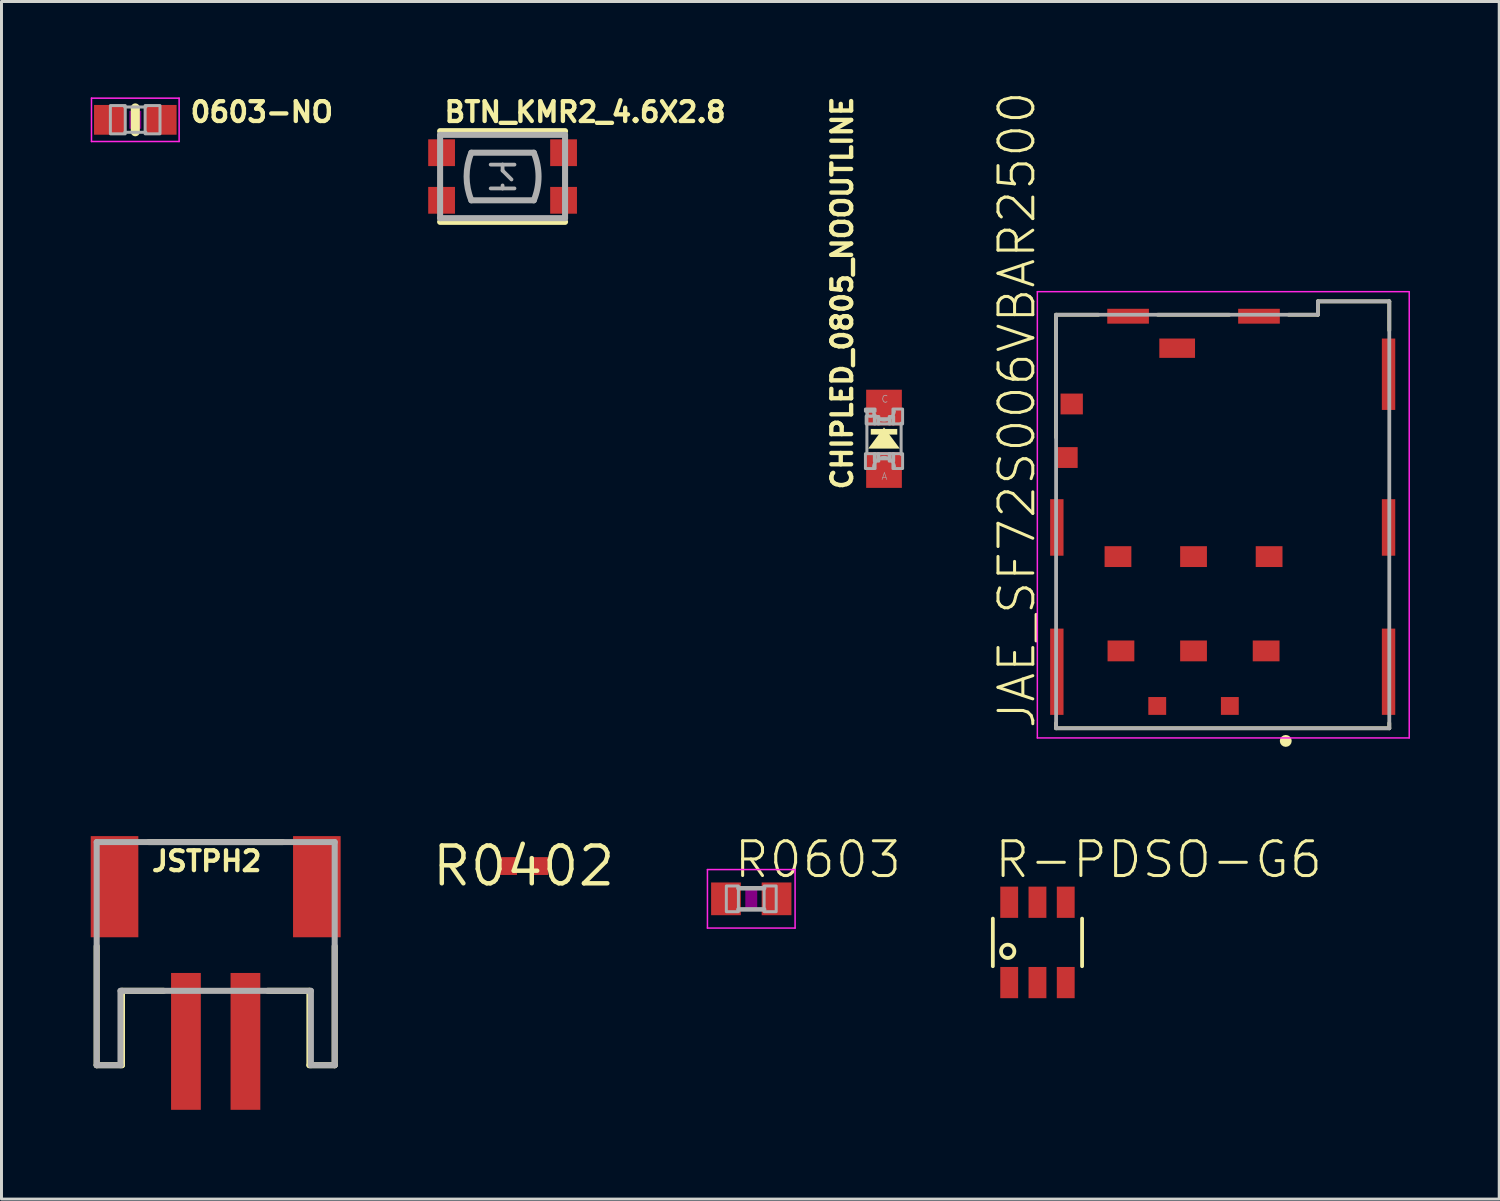
<source format=kicad_pcb>
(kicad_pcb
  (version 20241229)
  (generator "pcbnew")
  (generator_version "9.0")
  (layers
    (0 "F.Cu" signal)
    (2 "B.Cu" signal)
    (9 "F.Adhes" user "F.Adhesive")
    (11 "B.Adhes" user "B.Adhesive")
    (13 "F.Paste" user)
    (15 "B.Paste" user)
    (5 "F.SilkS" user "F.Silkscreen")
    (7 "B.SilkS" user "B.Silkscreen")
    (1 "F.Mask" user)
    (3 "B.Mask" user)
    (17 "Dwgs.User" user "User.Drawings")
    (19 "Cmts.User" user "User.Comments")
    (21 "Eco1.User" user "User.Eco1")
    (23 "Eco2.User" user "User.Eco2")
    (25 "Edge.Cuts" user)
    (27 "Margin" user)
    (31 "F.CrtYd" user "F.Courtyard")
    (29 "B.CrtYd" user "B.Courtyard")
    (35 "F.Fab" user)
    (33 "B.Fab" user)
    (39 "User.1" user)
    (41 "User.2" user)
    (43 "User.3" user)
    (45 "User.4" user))
  (footprint "R0402"
    (layer "F.Cu")
    (at 14.552 26.06)
    (property "Reference" "R0402" (at 0 0 0) (layer "F.SilkS") (effects (font (size 1.27 1.27) (thickness 0.15))))
    (pad "1" smd rect (at -0.525 0) (size 0.6 0.6) (layers "F.Cu" "F.Mask" "F.Paste"))
    (pad "2" smd rect (at 0.525 0) (size 0.6 0.6) (layers "F.Cu" "F.Mask" "F.Paste")))
  (footprint "CHIPLED_0805_NOOUTLINE"
    (layer "F.Cu")
    (at 26.664 11.699)
    (property "Reference" "CHIPLED_0805_NOOUTLINE" (at -1.016 1.778 90) (layer "F.SilkS") (effects (font (size 0.666 0.666) (thickness 0.146)) (justify left bottom)))
    (fp_poly (pts (xy 0.533 0.33) (xy -0.533 0.33) (xy 0 -0.381)) (stroke (width 0) (type solid)) (fill yes) (layer "F.SilkS"))
    (fp_poly (pts (xy -0.445 -0.141) (xy 0.445 -0.141) (xy 0.445 -0.331) (xy -0.445 -0.331)) (stroke (width 0) (type solid)) (fill yes) (layer "F.SilkS"))
    (fp_line (start -0.575 0.5) (end -0.575 -0.925) (stroke (width 0.102) (type solid)) (layer "F.Fab"))
    (fp_line (start 0.575 -0.525) (end 0.575 0.525) (stroke (width 0.102) (type solid)) (layer "F.Fab"))
    (fp_arc (start -0.35 0.925) (mid -0.000001 0.625027) (end 0.35 0.924998) (stroke (width 0.1016) (type solid)) (layer "F.Fab"))
    (fp_arc (start 0.35 -0.924998) (mid -0.000001 -0.625027) (end -0.35 -0.925) (stroke (width 0.1016) (type solid)) (layer "F.Fab"))
    (fp_circle (center -0.45 -0.85) (end -0.347 -0.85) (stroke (width 0.076) (type solid)) (fill no) (layer "F.Fab"))
    (fp_poly (pts (xy -0.625 -0.925) (xy -0.3 -0.925) (xy -0.3 -1) (xy -0.625 -1)) (stroke (width 0.1) (type solid)) (fill no) (layer "F.Fab"))
    (fp_poly (pts (xy -0.625 1) (xy -0.3 1) (xy -0.3 0.5) (xy -0.625 0.5)) (stroke (width 0.1) (type solid)) (fill no) (layer "F.Fab"))
    (fp_poly (pts (xy -0.6 -0.5) (xy -0.3 -0.5) (xy -0.3 -0.762) (xy -0.6 -0.762)) (stroke (width 0.1) (type solid)) (fill no) (layer "F.Fab"))
    (fp_poly (pts (xy -0.325 -0.5) (xy -0.175 -0.5) (xy -0.175 -0.75) (xy -0.325 -0.75)) (stroke (width 0.1) (type solid)) (fill no) (layer "F.Fab"))
    (fp_poly (pts (xy -0.325 0.75) (xy -0.175 0.75) (xy -0.175 0.5) (xy -0.325 0.5)) (stroke (width 0.1) (type solid)) (fill no) (layer "F.Fab"))
    (fp_poly (pts (xy -0.2 -0.5) (xy 0.2 -0.5) (xy 0.2 -0.675) (xy -0.2 -0.675)) (stroke (width 0.1) (type solid)) (fill no) (layer "F.Fab"))
    (fp_poly (pts (xy -0.2 0.675) (xy 0.2 0.675) (xy 0.2 0.5) (xy -0.2 0.5)) (stroke (width 0.1) (type solid)) (fill no) (layer "F.Fab"))
    (fp_poly (pts (xy 0.175 -0.5) (xy 0.325 -0.5) (xy 0.325 -0.75) (xy 0.175 -0.75)) (stroke (width 0.1) (type solid)) (fill no) (layer "F.Fab"))
    (fp_poly (pts (xy 0.175 0.75) (xy 0.325 0.75) (xy 0.325 0.5) (xy 0.175 0.5)) (stroke (width 0.1) (type solid)) (fill no) (layer "F.Fab"))
    (fp_poly (pts (xy 0.3 -0.5) (xy 0.625 -0.5) (xy 0.625 -1) (xy 0.3 -1)) (stroke (width 0.1) (type solid)) (fill no) (layer "F.Fab"))
    (fp_poly (pts (xy 0.3 1) (xy 0.625 1) (xy 0.625 0.5) (xy 0.3 0.5)) (stroke (width 0.1) (type solid)) (fill no) (layer "F.Fab"))
    (fp_text user "A" (at -0.1 1.4 0) (layer "F.Fab") (effects (font (size 0.234 0.234) (thickness 0.02)) (justify left bottom)))
    (fp_text user "C" (at -0.1 -1.2 0) (layer "F.Fab") (effects (font (size 0.234 0.234) (thickness 0.02)) (justify left bottom)))
    (pad "A" smd rect (at 0 1.05) (size 1.2 1.2) (layers "F.Cu" "F.Mask" "F.Paste"))
    (pad "C" smd rect (at 0 -1.05) (size 1.2 1.2) (layers "F.Cu" "F.Mask" "F.Paste")))
  (footprint "JAE_SF72S006VBAR2500"
    (layer "F.Cu")
    (at 37.068 14.254)
    (property "Reference" "JAE_SF72S006VBAR2500" (at -5.255 7.256 90) (layer "F.SilkS") (effects (font (size 1.169 1.169) (thickness 0.102)) (justify left bottom)))
    (fp_line (start -4.62 -6.725) (end -3.2 -6.725) (stroke (width 0.127) (type solid)) (layer "F.SilkS"))
    (fp_line (start -4.62 -2.6) (end -4.62 -6.725) (stroke (width 0.127) (type solid)) (layer "F.SilkS"))
    (fp_line (start -4.62 7) (end -4.62 7.175) (stroke (width 0.127) (type solid)) (layer "F.SilkS"))
    (fp_line (start -4.62 7.175) (end 6.58 7.175) (stroke (width 0.127) (type solid)) (layer "F.SilkS"))
    (fp_line (start -1.2 -6.725) (end 1.2 -6.725) (stroke (width 0.127) (type solid)) (layer "F.SilkS"))
    (fp_line (start 3.2 -6.725) (end 4.18 -6.725) (stroke (width 0.127) (type solid)) (layer "F.SilkS"))
    (fp_line (start 4.18 -7.175) (end 6.58 -7.175) (stroke (width 0.127) (type solid)) (layer "F.SilkS"))
    (fp_line (start 4.18 -6.725) (end 4.18 -7.175) (stroke (width 0.127) (type solid)) (layer "F.SilkS"))
    (fp_line (start 6.58 -7.175) (end 6.58 -6.2) (stroke (width 0.127) (type solid)) (layer "F.SilkS"))
    (fp_line (start 6.58 7.175) (end 6.58 7) (stroke (width 0.127) (type solid)) (layer "F.SilkS"))
    (fp_circle (center 3.1 7.6) (end 3.2 7.6) (stroke (width 0.2) (type solid)) (fill no) (layer "F.SilkS"))
    (fp_line (start -5.25 -7.5) (end 7.25 -7.5) (stroke (width 0.05) (type solid)) (layer "F.CrtYd"))
    (fp_line (start -5.25 7.5) (end -5.25 -7.5) (stroke (width 0.05) (type solid)) (layer "F.CrtYd"))
    (fp_line (start 7.25 -7.5) (end 7.25 7.5) (stroke (width 0.05) (type solid)) (layer "F.CrtYd"))
    (fp_line (start 7.25 7.5) (end -5.25 7.5) (stroke (width 0.05) (type solid)) (layer "F.CrtYd"))
    (fp_line (start -4.62 -6.725) (end -4.62 7.175) (stroke (width 0.127) (type solid)) (layer "F.Fab"))
    (fp_line (start -4.62 7.175) (end 6.58 7.175) (stroke (width 0.127) (type solid)) (layer "F.Fab"))
    (fp_line (start 4.18 -7.175) (end 4.18 -6.725) (stroke (width 0.127) (type solid)) (layer "F.Fab"))
    (fp_line (start 4.18 -6.725) (end -4.62 -6.725) (stroke (width 0.127) (type solid)) (layer "F.Fab"))
    (fp_line (start 6.58 -7.175) (end 4.18 -7.175) (stroke (width 0.127) (type solid)) (layer "F.Fab"))
    (fp_line (start 6.58 7.175) (end 6.58 -7.175) (stroke (width 0.127) (type solid)) (layer "F.Fab"))
    (pad "C1" smd rect (at 2.44 4.575) (size 0.9 0.7) (layers "F.Cu" "F.Mask" "F.Paste"))
    (pad "C2" smd rect (at 0 4.575) (size 0.9 0.7) (layers "F.Cu" "F.Mask" "F.Paste"))
    (pad "C3" smd rect (at -2.44 4.575) (size 0.9 0.7) (layers "F.Cu" "F.Mask" "F.Paste"))
    (pad "C5" smd rect (at 2.54 1.405) (size 0.9 0.7) (layers "F.Cu" "F.Mask" "F.Paste"))
    (pad "C6" smd rect (at 0 1.405) (size 0.9 0.7) (layers "F.Cu" "F.Mask" "F.Paste"))
    (pad "C7" smd rect (at -2.54 1.405) (size 0.9 0.7) (layers "F.Cu" "F.Mask" "F.Paste"))
    (pad "CSW" smd rect (at -4.245 -1.925) (size 0.7 0.7) (layers "F.Cu" "F.Mask" "F.Paste"))
    (pad "DSW" smd rect (at -0.55 -5.6) (size 1.2 0.65) (layers "F.Cu" "F.Mask" "F.Paste"))
    (pad "G1" smd rect (at -4.595 5.275) (size 0.45 2.9) (layers "F.Cu" "F.Mask" "F.Paste"))
    (pad "G2" smd rect (at -4.595 0.425) (size 0.45 1.9) (layers "F.Cu" "F.Mask" "F.Paste"))
    (pad "G3" smd rect (at -4.095 -3.725) (size 0.75 0.7) (layers "F.Cu" "F.Mask" "F.Paste"))
    (pad "G4" smd rect (at -2.2 -6.675) (size 1.4 0.5) (layers "F.Cu" "F.Mask" "F.Paste"))
    (pad "G5" smd rect (at 2.2 -6.675) (size 1.4 0.5) (layers "F.Cu" "F.Mask" "F.Paste"))
    (pad "G6" smd rect (at 6.555 -4.725) (size 0.45 2.4) (layers "F.Cu" "F.Mask" "F.Paste"))
    (pad "G7" smd rect (at 6.555 0.425) (size 0.45 1.9) (layers "F.Cu" "F.Mask" "F.Paste"))
    (pad "G8" smd rect (at 6.555 5.275) (size 0.45 2.9) (layers "F.Cu" "F.Mask" "F.Paste"))
    (pad "G9" smd rect (at 1.22 6.425) (size 0.6 0.6) (layers "F.Cu" "F.Mask" "F.Paste"))
    (pad "G10" smd rect (at -1.22 6.425) (size 0.6 0.6) (layers "F.Cu" "F.Mask" "F.Paste")))
  (footprint "BTN_KMR2_4.6X2.8"
    (layer "F.Cu")
    (at 13.843 2.883)
    (property "Reference" "BTN_KMR2_4.6X2.8" (at -2.032 -1.778 0) (layer "F.SilkS") (effects (font (size 0.666 0.666) (thickness 0.146)) (justify left bottom)))
    (fp_line (start -2.1 -1.525) (end 2.1 -1.525) (stroke (width 0.203) (type solid)) (layer "F.SilkS"))
    (fp_line (start 2.1 1.525) (end -2.1 1.525) (stroke (width 0.203) (type solid)) (layer "F.SilkS"))
    (fp_line (start -2.1 -1.4) (end 2.1 -1.4) (stroke (width 0.203) (type solid)) (layer "F.Fab"))
    (fp_line (start -2.1 1.4) (end -2.1 -1.4) (stroke (width 0.203) (type solid)) (layer "F.Fab"))
    (fp_line (start -1.05 -0.8) (end 1.05 -0.8) (stroke (width 0.203) (type solid)) (layer "F.Fab"))
    (fp_line (start -0.4 -0.4) (end 0 -0.4) (stroke (width 0.127) (type solid)) (layer "F.Fab"))
    (fp_line (start -0.4 0.4) (end 0 0.4) (stroke (width 0.127) (type solid)) (layer "F.Fab"))
    (fp_line (start 0 -0.4) (end 0 -0.2) (stroke (width 0.127) (type solid)) (layer "F.Fab"))
    (fp_line (start 0 -0.4) (end 0.4 -0.4) (stroke (width 0.127) (type solid)) (layer "F.Fab"))
    (fp_line (start 0 -0.2) (end 0.3 0.1) (stroke (width 0.127) (type solid)) (layer "F.Fab"))
    (fp_line (start 0 0.4) (end 0 0.3) (stroke (width 0.127) (type solid)) (layer "F.Fab"))
    (fp_line (start 0 0.4) (end 0.4 0.4) (stroke (width 0.127) (type solid)) (layer "F.Fab"))
    (fp_line (start 1.05 0.8) (end -1.05 0.8) (stroke (width 0.203) (type solid)) (layer "F.Fab"))
    (fp_line (start 2.1 -1.4) (end 2.1 1.4) (stroke (width 0.203) (type solid)) (layer "F.Fab"))
    (fp_line (start 2.1 1.4) (end -2.1 1.4) (stroke (width 0.203) (type solid)) (layer "F.Fab"))
    (fp_arc (start -1.05 0.8) (mid -1.209128 0) (end -1.05 -0.799999) (stroke (width 0.2032) (type solid)) (layer "F.Fab"))
    (fp_arc (start 1.05 -0.8) (mid 1.209128 0) (end 1.05 0.799999) (stroke (width 0.2032) (type solid)) (layer "F.Fab"))
    (pad "A" smd rect (at 2.05 -0.8) (size 0.9 0.9) (layers "F.Cu" "F.Mask" "F.Paste"))
    (pad "A'" smd rect (at -2.05 -0.8) (size 0.9 0.9) (layers "F.Cu" "F.Mask" "F.Paste"))
    (pad "B" smd rect (at 2.05 0.8) (size 0.9 0.9) (layers "F.Cu" "F.Mask" "F.Paste"))
    (pad "B'" smd rect (at -2.05 0.8) (size 0.9 0.9) (layers "F.Cu" "F.Mask" "F.Paste")))
  (footprint "R0603"
    (layer "F.Cu")
    (at 22.202 27.162)
    (property "Reference" "R0603" (at -0.635 -0.635 0) (layer "F.SilkS") (effects (font (size 1.168 1.168) (thickness 0.102)) (justify left bottom)))
    (fp_poly (pts (xy -0.2 0.4) (xy 0.2 0.4) (xy 0.2 -0.4) (xy -0.2 -0.4)) (stroke (width 0) (type solid)) (fill yes) (layer "F.Adhes"))
    (fp_line (start -1.473 -0.983) (end 1.473 -0.983) (stroke (width 0.051) (type solid)) (layer "F.CrtYd"))
    (fp_line (start -1.473 0.983) (end -1.473 -0.983) (stroke (width 0.051) (type solid)) (layer "F.CrtYd"))
    (fp_line (start 1.473 -0.983) (end 1.473 0.983) (stroke (width 0.051) (type solid)) (layer "F.CrtYd"))
    (fp_line (start 1.473 0.983) (end -1.473 0.983) (stroke (width 0.051) (type solid)) (layer "F.CrtYd"))
    (fp_line (start -0.432 0.356) (end 0.432 0.356) (stroke (width 0.152) (type solid)) (layer "F.Fab"))
    (fp_line (start 0.432 -0.356) (end -0.432 -0.356) (stroke (width 0.152) (type solid)) (layer "F.Fab"))
    (fp_poly (pts (xy -0.838 0.432) (xy -0.432 0.432) (xy -0.432 -0.432) (xy -0.838 -0.432)) (stroke (width 0.1) (type solid)) (fill no) (layer "F.Fab"))
    (fp_poly (pts (xy 0.432 0.432) (xy 0.838 0.432) (xy 0.838 -0.432) (xy 0.432 -0.432)) (stroke (width 0.1) (type solid)) (fill no) (layer "F.Fab"))
    (pad "1" smd rect (at -0.85 0) (size 1 1.1) (layers "F.Cu" "F.Mask" "F.Paste"))
    (pad "2" smd rect (at 0.85 0) (size 1 1.1) (layers "F.Cu" "F.Mask" "F.Paste")))
  (footprint "0603-NO"
    (layer "F.Cu")
    (at 1.498 0.978)
    (property "Reference" "0603-NO" (at 1.778 0.127 0) (layer "F.SilkS") (effects (font (size 0.666 0.666) (thickness 0.146)) (justify left bottom)))
    (fp_line (start 0 -0.4) (end 0 0.4) (stroke (width 0.305) (type solid)) (layer "F.SilkS"))
    (fp_poly (pts (xy -0.2 0.3) (xy 0.2 0.3) (xy 0.2 -0.3) (xy -0.2 -0.3)) (stroke (width 0) (type solid)) (fill yes) (layer "F.Adhes"))
    (fp_line (start -1.473 -0.729) (end 1.473 -0.729) (stroke (width 0.051) (type solid)) (layer "F.CrtYd"))
    (fp_line (start -1.473 0.729) (end -1.473 -0.729) (stroke (width 0.051) (type solid)) (layer "F.CrtYd"))
    (fp_line (start 1.473 -0.729) (end 1.473 0.729) (stroke (width 0.051) (type solid)) (layer "F.CrtYd"))
    (fp_line (start 1.473 0.729) (end -1.473 0.729) (stroke (width 0.051) (type solid)) (layer "F.CrtYd"))
    (fp_line (start -0.356 -0.432) (end 0.356 -0.432) (stroke (width 0.102) (type solid)) (layer "F.Fab"))
    (fp_line (start -0.356 0.419) (end 0.356 0.419) (stroke (width 0.102) (type solid)) (layer "F.Fab"))
    (fp_poly (pts (xy -0.838 0.47) (xy -0.338 0.47) (xy -0.338 -0.48) (xy -0.838 -0.48)) (stroke (width 0.1) (type solid)) (fill no) (layer "F.Fab"))
    (fp_poly (pts (xy 0.33 0.47) (xy 0.83 0.47) (xy 0.83 -0.48) (xy 0.33 -0.48)) (stroke (width 0.1) (type solid)) (fill no) (layer "F.Fab"))
    (pad "1" smd rect (at -0.85 0) (size 1.075 1) (layers "F.Cu" "F.Mask" "F.Paste"))
    (pad "2" smd rect (at 0.85 0) (size 1.075 1) (layers "F.Cu" "F.Mask" "F.Paste")))
  (footprint "R-PDSO-G6"
    (layer "F.Cu")
    (at 31.822 28.627)
    (property "Reference" "R-PDSO-G6" (at -1.5 -2.1 0) (layer "F.SilkS") (effects (font (size 1.168 1.168) (thickness 0.102)) (justify left bottom)))
    (fp_line (start -1.5 -0.8) (end -1.5 0.8) (stroke (width 0.127) (type solid)) (layer "F.SilkS"))
    (fp_line (start 1.5 -0.8) (end 1.5 0.8) (stroke (width 0.127) (type solid)) (layer "F.SilkS"))
    (fp_circle (center -1 0.3) (end -0.776 0.3) (stroke (width 0.127) (type solid)) (fill no) (layer "F.SilkS"))
    (pad "1" smd rect (at -0.95 1.35 90) (size 1.05 0.6) (layers "F.Cu" "F.Mask" "F.Paste"))
    (pad "2" smd rect (at 0 1.35 90) (size 1.05 0.6) (layers "F.Cu" "F.Mask" "F.Paste"))
    (pad "3" smd rect (at 0.95 1.35 90) (size 1.05 0.6) (layers "F.Cu" "F.Mask" "F.Paste"))
    (pad "4" smd rect (at 0.95 -1.35 90) (size 1.05 0.6) (layers "F.Cu" "F.Mask" "F.Paste"))
    (pad "5" smd rect (at 0 -1.35 90) (size 1.05 0.6) (layers "F.Cu" "F.Mask" "F.Paste"))
    (pad "6" smd rect (at -0.95 -1.35 90) (size 1.05 0.6) (layers "F.Cu" "F.Mask" "F.Paste")))
  (footprint "JSTPH2"
    (layer "F.Cu")
    (at 4.2 28.254)
    (property "Reference" "JSTPH2" (at -2.223 -1.968 0) (layer "F.SilkS") (effects (font (size 0.666 0.666) (thickness 0.146)) (justify left bottom)))
    (fp_line (start -4 4.5) (end -4 0.5) (stroke (width 0.203) (type solid)) (layer "F.SilkS"))
    (fp_line (start -3.15 2) (end -3.15 4.5) (stroke (width 0.203) (type solid)) (layer "F.SilkS"))
    (fp_line (start -3.15 4.5) (end -4 4.5) (stroke (width 0.203) (type solid)) (layer "F.SilkS"))
    (fp_line (start -2.25 -3) (end 2.25 -3) (stroke (width 0.203) (type solid)) (layer "F.SilkS"))
    (fp_line (start -1.75 2) (end -3.15 2) (stroke (width 0.203) (type solid)) (layer "F.SilkS"))
    (fp_line (start 3.15 2) (end 1.75 2) (stroke (width 0.203) (type solid)) (layer "F.SilkS"))
    (fp_line (start 3.15 4.5) (end 3.15 2) (stroke (width 0.203) (type solid)) (layer "F.SilkS"))
    (fp_line (start 4 0.5) (end 4 4.5) (stroke (width 0.203) (type solid)) (layer "F.SilkS"))
    (fp_line (start 4 4.5) (end 3.15 4.5) (stroke (width 0.203) (type solid)) (layer "F.SilkS"))
    (fp_line (start -4 -3) (end 4 -3) (stroke (width 0.203) (type solid)) (layer "F.Fab"))
    (fp_line (start -4 4.5) (end -4 -3) (stroke (width 0.203) (type solid)) (layer "F.Fab"))
    (fp_line (start -3.2 2) (end -3.2 4.5) (stroke (width 0.203) (type solid)) (layer "F.Fab"))
    (fp_line (start -3.2 4.5) (end -4 4.5) (stroke (width 0.203) (type solid)) (layer "F.Fab"))
    (fp_line (start 3.2 2) (end -3.2 2) (stroke (width 0.203) (type solid)) (layer "F.Fab"))
    (fp_line (start 3.2 4.5) (end 3.2 2) (stroke (width 0.203) (type solid)) (layer "F.Fab"))
    (fp_line (start 4 -3) (end 4 4.5) (stroke (width 0.203) (type solid)) (layer "F.Fab"))
    (fp_line (start 4 4.5) (end 3.2 4.5) (stroke (width 0.203) (type solid)) (layer "F.Fab"))
    (pad "1" smd rect (at -1 3.7) (size 1 4.6) (layers "F.Cu" "F.Mask" "F.Paste"))
    (pad "2" smd rect (at 1 3.7) (size 1 4.6) (layers "F.Cu" "F.Mask" "F.Paste"))
    (pad "NC1" smd rect (at -3.4 -1.5 90) (size 3.4 1.6) (layers "F.Cu" "F.Mask" "F.Paste"))
    (pad "NC2" smd rect (at 3.4 -1.5 90) (size 3.4 1.6) (layers "F.Cu" "F.Mask" "F.Paste")))
  (gr_rect
    (start -3 -3)
    (end 47.343 37.254)
    (stroke (width 0.1) (type default))
    (fill no)
    (layer "Edge.Cuts")))
</source>
